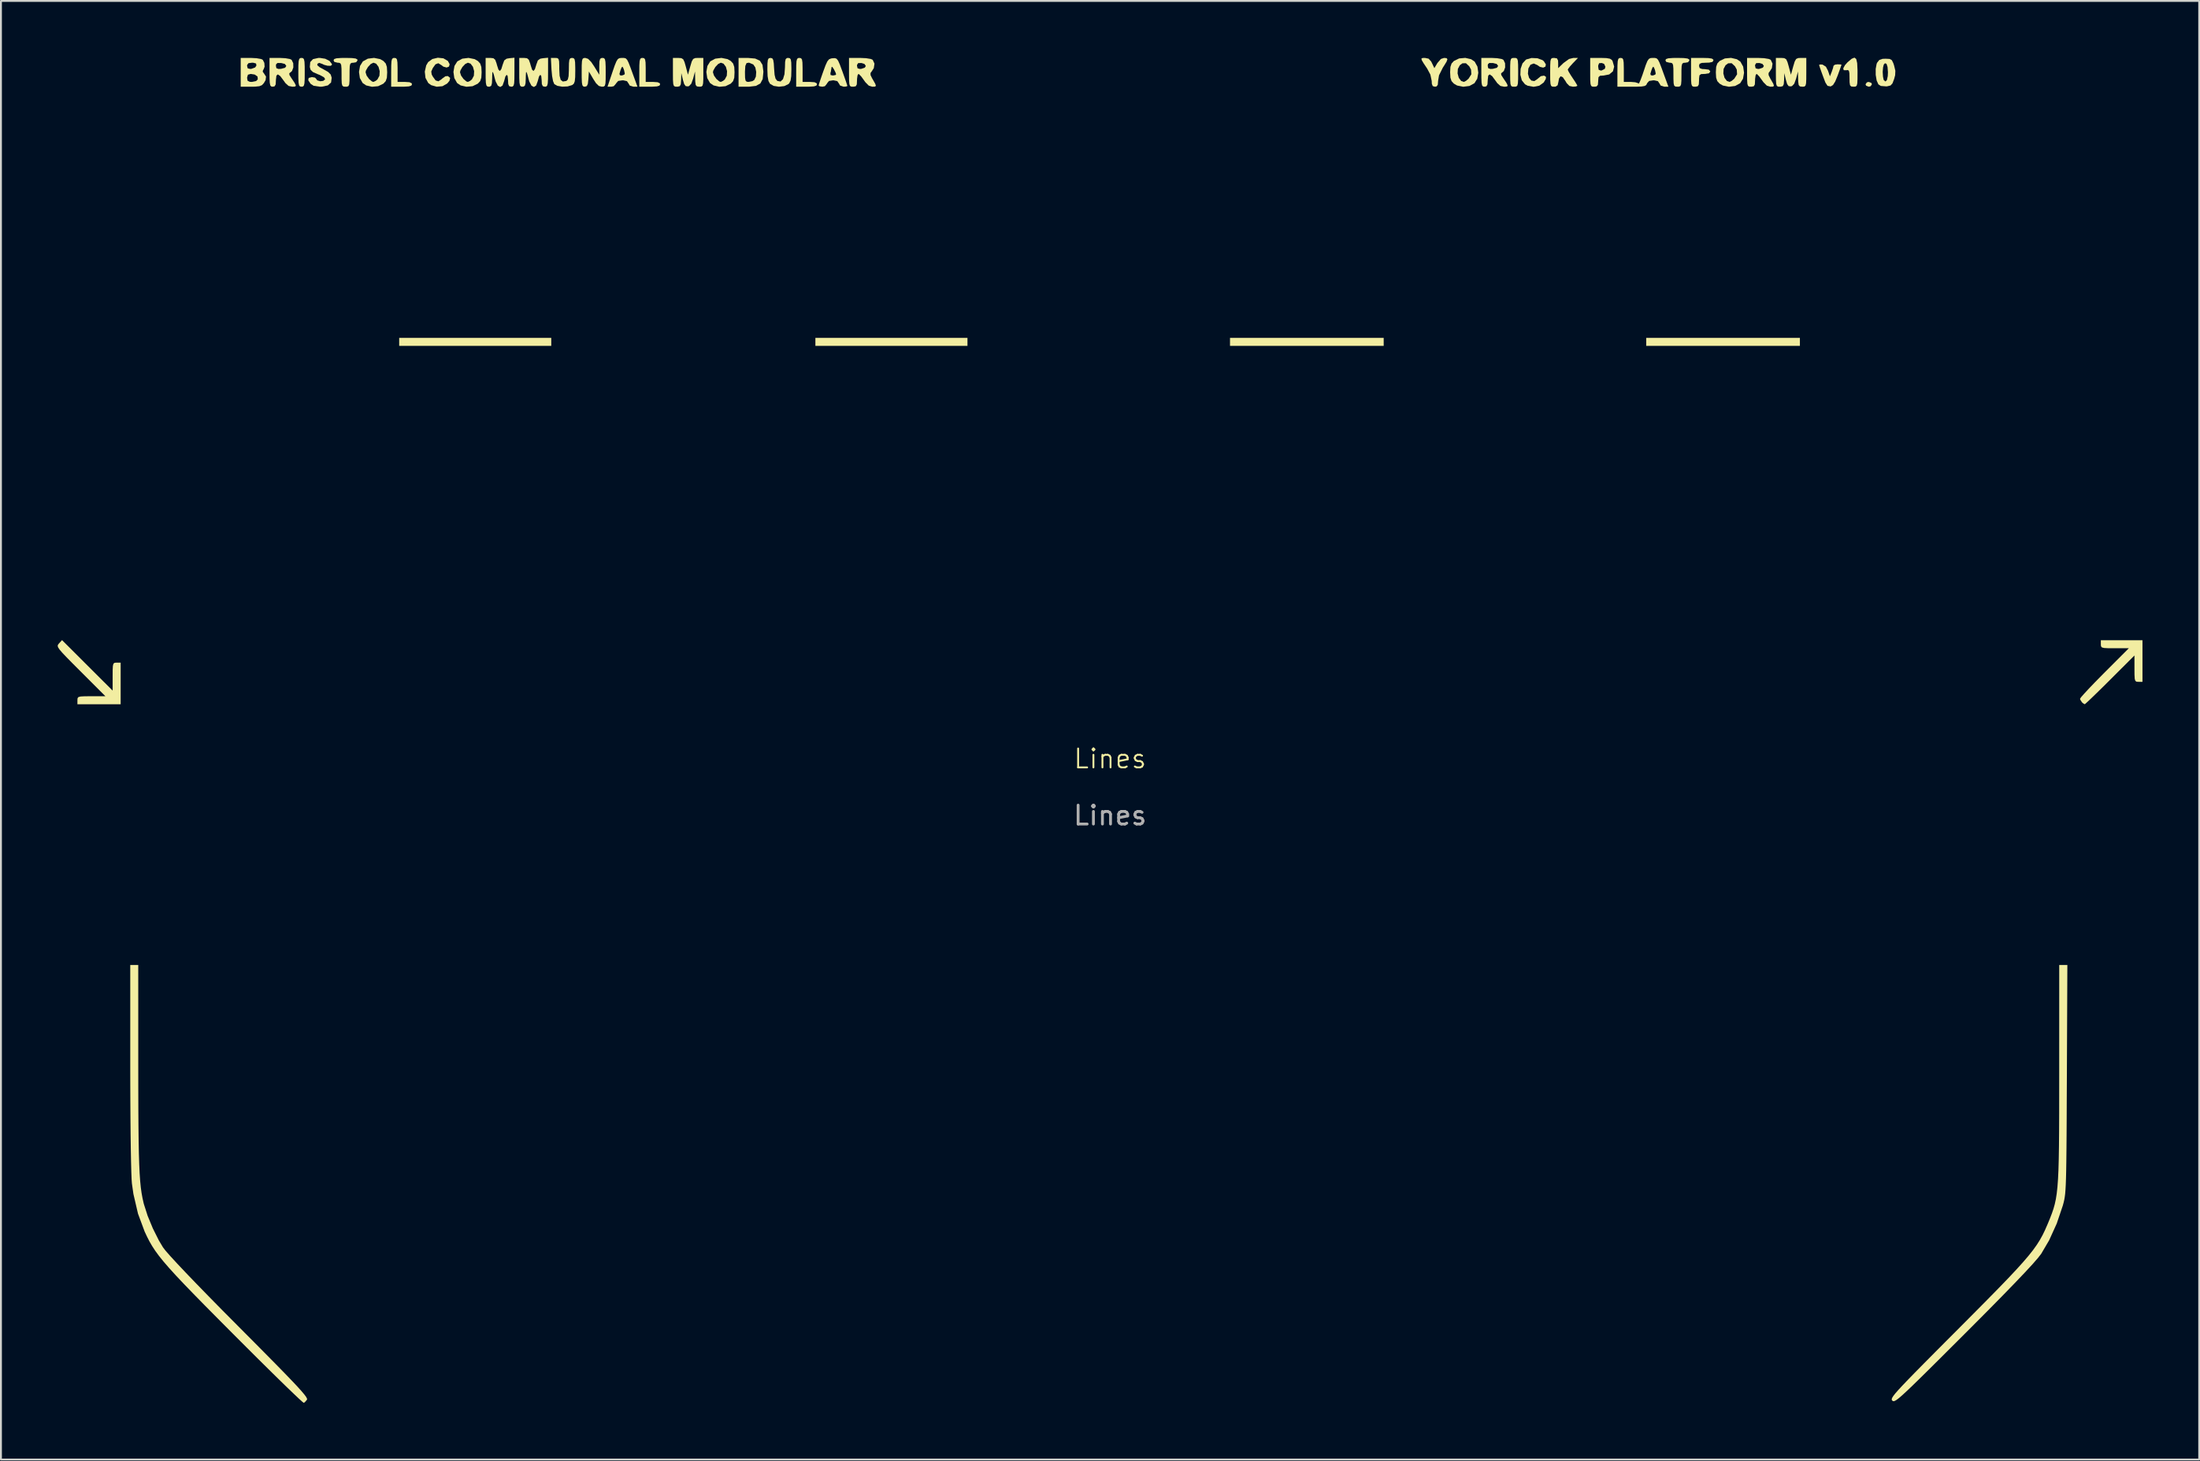
<source format=kicad_pcb>
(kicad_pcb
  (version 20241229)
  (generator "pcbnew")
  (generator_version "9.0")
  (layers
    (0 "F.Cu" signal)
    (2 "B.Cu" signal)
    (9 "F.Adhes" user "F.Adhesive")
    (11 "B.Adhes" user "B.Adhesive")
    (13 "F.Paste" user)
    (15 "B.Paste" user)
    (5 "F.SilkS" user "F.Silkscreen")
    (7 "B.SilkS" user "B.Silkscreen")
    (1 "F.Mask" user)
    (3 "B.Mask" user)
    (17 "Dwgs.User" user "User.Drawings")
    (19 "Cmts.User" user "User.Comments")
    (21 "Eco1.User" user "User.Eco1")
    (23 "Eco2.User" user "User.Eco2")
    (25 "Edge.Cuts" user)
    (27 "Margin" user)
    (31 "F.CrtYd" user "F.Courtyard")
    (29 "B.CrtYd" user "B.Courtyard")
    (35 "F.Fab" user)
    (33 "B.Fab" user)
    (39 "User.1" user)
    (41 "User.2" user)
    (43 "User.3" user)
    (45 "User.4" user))
  (footprint "Lines"
    (layer "F.Cu")
    (at 55.662 37.606)
    (property "Reference" "Lines" (at 0 -0.5 0) (unlocked yes) (layer "F.SilkS") (effects (font (size 1 1) (thickness 0.1))))
    (attr smd)
    (fp_poly (pts (xy -29.556 -22.562) (xy -29.556 -22.351) (xy -33.578 -22.351) (xy -37.599 -22.351) (xy -37.599 -22.562) (xy -37.599 -22.774) (xy -33.578 -22.774) (xy -29.556 -22.774)) (stroke (width 0) (type solid)) (fill yes) (layer "F.SilkS"))
    (fp_poly (pts (xy -7.543 -22.562) (xy -7.543 -22.351) (xy -11.564 -22.351) (xy -15.586 -22.351) (xy -15.586 -22.562) (xy -15.586 -22.774) (xy -11.564 -22.774) (xy -7.543 -22.774)) (stroke (width 0) (type solid)) (fill yes) (layer "F.SilkS"))
    (fp_poly (pts (xy 14.471 -22.562) (xy 14.471 -22.351) (xy 10.407 -22.351) (xy 6.343 -22.351) (xy 6.343 -22.562) (xy 6.343 -22.774) (xy 10.407 -22.774) (xy 14.471 -22.774)) (stroke (width 0) (type solid)) (fill yes) (layer "F.SilkS"))
    (fp_poly (pts (xy 36.484 -22.562) (xy 36.484 -22.351) (xy 32.42 -22.351) (xy 28.356 -22.351) (xy 28.356 -22.562) (xy 28.356 -22.774) (xy 32.42 -22.774) (xy 36.484 -22.774)) (stroke (width 0) (type solid)) (fill yes) (layer "F.SilkS"))
    (fp_poly (pts (xy 40.263 -36.268) (xy 40.294 -36.194) (xy 40.223 -36.09) (xy 40.125 -36.067) (xy 39.987 -36.12) (xy 39.955 -36.194) (xy 40.026 -36.297) (xy 40.125 -36.321)) (stroke (width 0) (type solid)) (fill yes) (layer "F.SilkS"))
    (fp_poly (pts (xy -42.684 -37.578) (xy -42.634 -37.518) (xy -42.607 -37.379) (xy -42.596 -37.129) (xy -42.595 -36.829) (xy -42.597 -36.467) (xy -42.611 -36.242) (xy -42.642 -36.122) (xy -42.697 -36.074) (xy -42.764 -36.067) (xy -42.844 -36.079) (xy -42.894 -36.139) (xy -42.921 -36.278) (xy -42.932 -36.528) (xy -42.933 -36.829) (xy -42.931 -37.191) (xy -42.917 -37.416) (xy -42.886 -37.536) (xy -42.831 -37.583) (xy -42.764 -37.591)) (stroke (width 0) (type solid)) (fill yes) (layer "F.SilkS"))
    (fp_poly (pts (xy -37.767 -37.576) (xy -37.716 -37.507) (xy -37.692 -37.35) (xy -37.684 -37.07) (xy -37.684 -36.956) (xy -37.684 -36.321) (xy -37.303 -36.321) (xy -37.052 -36.304) (xy -36.937 -36.248) (xy -36.922 -36.194) (xy -36.959 -36.122) (xy -37.09 -36.083) (xy -37.347 -36.068) (xy -37.472 -36.067) (xy -38.023 -36.067) (xy -38.023 -36.829) (xy -38.02 -37.191) (xy -38.007 -37.416) (xy -37.976 -37.536) (xy -37.92 -37.583) (xy -37.853 -37.591)) (stroke (width 0) (type solid)) (fill yes) (layer "F.SilkS"))
    (fp_poly (pts (xy -24.643 -37.576) (xy -24.593 -37.507) (xy -24.568 -37.35) (xy -24.561 -37.07) (xy -24.561 -36.956) (xy -24.561 -36.321) (xy -24.18 -36.321) (xy -23.929 -36.304) (xy -23.814 -36.248) (xy -23.799 -36.194) (xy -23.835 -36.122) (xy -23.967 -36.083) (xy -24.224 -36.068) (xy -24.349 -36.067) (xy -24.899 -36.067) (xy -24.899 -36.829) (xy -24.897 -37.191) (xy -24.883 -37.416) (xy -24.852 -37.536) (xy -24.797 -37.583) (xy -24.73 -37.591)) (stroke (width 0) (type solid)) (fill yes) (layer "F.SilkS"))
    (fp_poly (pts (xy -16.346 -37.576) (xy -16.295 -37.507) (xy -16.271 -37.35) (xy -16.264 -37.07) (xy -16.263 -36.956) (xy -16.263 -36.321) (xy -15.882 -36.321) (xy -15.631 -36.304) (xy -15.517 -36.248) (xy -15.501 -36.194) (xy -15.538 -36.122) (xy -15.669 -36.083) (xy -15.927 -36.068) (xy -16.052 -36.067) (xy -16.602 -36.067) (xy -16.602 -36.829) (xy -16.599 -37.191) (xy -16.586 -37.416) (xy -16.555 -37.536) (xy -16.499 -37.583) (xy -16.433 -37.591)) (stroke (width 0) (type solid)) (fill yes) (layer "F.SilkS"))
    (fp_poly (pts (xy 21.471 -37.585) (xy 21.533 -37.545) (xy 21.567 -37.438) (xy 21.58 -37.233) (xy 21.583 -36.896) (xy 21.583 -36.829) (xy 21.581 -36.468) (xy 21.57 -36.244) (xy 21.54 -36.124) (xy 21.483 -36.076) (xy 21.39 -36.067) (xy 21.371 -36.067) (xy 21.271 -36.073) (xy 21.209 -36.113) (xy 21.175 -36.219) (xy 21.162 -36.424) (xy 21.159 -36.761) (xy 21.159 -36.829) (xy 21.161 -37.189) (xy 21.172 -37.413) (xy 21.202 -37.533) (xy 21.259 -37.581) (xy 21.352 -37.591) (xy 21.371 -37.591)) (stroke (width 0) (type solid)) (fill yes) (layer "F.SilkS"))
    (fp_poly (pts (xy 39.463 -37.534) (xy 39.513 -37.319) (xy 39.531 -36.95) (xy 39.532 -36.829) (xy 39.53 -36.468) (xy 39.519 -36.244) (xy 39.49 -36.124) (xy 39.433 -36.076) (xy 39.339 -36.067) (xy 39.32 -36.067) (xy 39.198 -36.079) (xy 39.135 -36.144) (xy 39.112 -36.303) (xy 39.109 -36.524) (xy 39.103 -36.787) (xy 39.075 -36.916) (xy 39.01 -36.95) (xy 38.939 -36.938) (xy 38.801 -36.942) (xy 38.777 -37.039) (xy 38.865 -37.205) (xy 39.007 -37.363) (xy 39.221 -37.545) (xy 39.369 -37.606)) (stroke (width 0) (type solid)) (fill yes) (layer "F.SilkS"))
    (fp_poly (pts (xy 17.798 -37.578) (xy 17.842 -37.519) (xy 17.794 -37.388) (xy 17.651 -37.155) (xy 17.603 -37.083) (xy 17.398 -36.672) (xy 17.35 -36.384) (xy 17.333 -36.171) (xy 17.268 -36.081) (xy 17.18 -36.067) (xy 17.064 -36.099) (xy 17.017 -36.226) (xy 17.011 -36.369) (xy 16.94 -36.707) (xy 16.771 -37.025) (xy 16.583 -37.305) (xy 16.484 -37.473) (xy 16.466 -37.557) (xy 16.525 -37.587) (xy 16.652 -37.591) (xy 16.846 -37.551) (xy 16.981 -37.403) (xy 17.023 -37.32) (xy 17.151 -37.05) (xy 17.311 -37.32) (xy 17.498 -37.536) (xy 17.664 -37.591)) (stroke (width 0) (type solid)) (fill yes) (layer "F.SilkS"))
    (fp_poly (pts (xy 38.632 -37.245) (xy 38.684 -37.231) (xy 38.657 -37.147) (xy 38.586 -36.947) (xy 38.487 -36.672) (xy 38.482 -36.659) (xy 38.352 -36.341) (xy 38.238 -36.16) (xy 38.121 -36.085) (xy 38.103 -36.082) (xy 37.945 -36.113) (xy 37.834 -36.284) (xy 37.83 -36.294) (xy 37.721 -36.581) (xy 37.618 -36.863) (xy 37.539 -37.09) (xy 37.501 -37.217) (xy 37.5 -37.226) (xy 37.571 -37.245) (xy 37.683 -37.237) (xy 37.86 -37.126) (xy 37.97 -36.913) (xy 38.073 -36.617) (xy 38.167 -36.855) (xy 38.235 -37.051) (xy 38.262 -37.173) (xy 38.334 -37.232) (xy 38.474 -37.252)) (stroke (width 0) (type solid)) (fill yes) (layer "F.SilkS"))
    (fp_poly (pts (xy -40.101 -37.584) (xy -39.904 -37.56) (xy -39.815 -37.512) (xy -39.801 -37.464) (xy -39.874 -37.362) (xy -40.012 -37.337) (xy -40.12 -37.329) (xy -40.183 -37.281) (xy -40.214 -37.158) (xy -40.223 -36.925) (xy -40.224 -36.702) (xy -40.227 -36.379) (xy -40.242 -36.189) (xy -40.283 -36.098) (xy -40.361 -36.069) (xy -40.436 -36.067) (xy -40.543 -36.075) (xy -40.606 -36.122) (xy -40.637 -36.245) (xy -40.647 -36.479) (xy -40.647 -36.702) (xy -40.65 -37.025) (xy -40.666 -37.214) (xy -40.707 -37.305) (xy -40.785 -37.334) (xy -40.859 -37.337) (xy -41.029 -37.381) (xy -41.071 -37.464) (xy -41.037 -37.531) (xy -40.917 -37.57) (xy -40.679 -37.588) (xy -40.436 -37.591)) (stroke (width 0) (type solid)) (fill yes) (layer "F.SilkS"))
    (fp_poly (pts (xy -18.77 -37.557) (xy -18.521 -37.442) (xy -18.384 -37.224) (xy -18.338 -36.882) (xy -18.338 -36.829) (xy -18.374 -36.47) (xy -18.498 -36.237) (xy -18.732 -36.11) (xy -19.098 -36.067) (xy -19.155 -36.067) (xy -19.65 -36.067) (xy -19.65 -36.829) (xy -19.311 -36.829) (xy -19.306 -36.547) (xy -19.281 -36.394) (xy -19.22 -36.332) (xy -19.117 -36.321) (xy -18.918 -36.362) (xy -18.82 -36.422) (xy -18.734 -36.602) (xy -18.716 -36.846) (xy -18.762 -37.083) (xy -18.867 -37.239) (xy -18.882 -37.249) (xy -19.096 -37.339) (xy -19.226 -37.318) (xy -19.292 -37.167) (xy -19.311 -36.868) (xy -19.311 -36.829) (xy -19.65 -36.829) (xy -19.65 -37.591) (xy -19.155 -37.591)) (stroke (width 0) (type solid)) (fill yes) (layer "F.SilkS"))
    (fp_poly (pts (xy 30.342 -37.584) (xy 30.539 -37.56) (xy 30.627 -37.512) (xy 30.642 -37.464) (xy 30.568 -37.362) (xy 30.43 -37.337) (xy 30.323 -37.329) (xy 30.26 -37.281) (xy 30.229 -37.158) (xy 30.219 -36.925) (xy 30.219 -36.702) (xy 30.216 -36.379) (xy 30.2 -36.189) (xy 30.159 -36.098) (xy 30.081 -36.069) (xy 30.007 -36.067) (xy 29.899 -36.075) (xy 29.836 -36.122) (xy 29.806 -36.245) (xy 29.796 -36.479) (xy 29.795 -36.702) (xy 29.793 -37.025) (xy 29.777 -37.214) (xy 29.736 -37.305) (xy 29.658 -37.334) (xy 29.584 -37.337) (xy 29.413 -37.381) (xy 29.372 -37.464) (xy 29.405 -37.531) (xy 29.525 -37.57) (xy 29.763 -37.588) (xy 30.007 -37.591)) (stroke (width 0) (type solid)) (fill yes) (layer "F.SilkS"))
    (fp_poly (pts (xy -54.093 -5.443) (xy -52.755 -4.107) (xy -52.755 -4.847) (xy -52.753 -5.201) (xy -52.741 -5.419) (xy -52.71 -5.534) (xy -52.65 -5.579) (xy -52.552 -5.587) (xy -52.543 -5.587) (xy -52.331 -5.587) (xy -52.331 -4.486) (xy -52.331 -3.385) (xy -53.474 -3.385) (xy -54.617 -3.385) (xy -54.617 -3.597) (xy -54.611 -3.698) (xy -54.57 -3.761) (xy -54.461 -3.794) (xy -54.251 -3.806) (xy -53.908 -3.809) (xy -53.878 -3.809) (xy -53.138 -3.809) (xy -54.444 -5.117) (xy -54.871 -5.545) (xy -55.191 -5.87) (xy -55.417 -6.109) (xy -55.562 -6.278) (xy -55.639 -6.395) (xy -55.662 -6.476) (xy -55.643 -6.539) (xy -55.595 -6.599) (xy -55.591 -6.603) (xy -55.431 -6.779)) (stroke (width 0) (type solid)) (fill yes) (layer "F.SilkS"))
    (fp_poly (pts (xy -35.26 -37.569) (xy -35.028 -37.433) (xy -35.022 -37.427) (xy -34.93 -37.256) (xy -34.965 -37.133) (xy -35.089 -37.082) (xy -35.261 -37.128) (xy -35.372 -37.213) (xy -35.531 -37.31) (xy -35.679 -37.252) (xy -35.821 -37.055) (xy -35.902 -36.872) (xy -35.881 -36.719) (xy -35.821 -36.603) (xy -35.671 -36.398) (xy -35.524 -36.354) (xy -35.355 -36.466) (xy -35.326 -36.496) (xy -35.153 -36.62) (xy -35.022 -36.631) (xy -34.903 -36.532) (xy -34.939 -36.38) (xy -35.059 -36.236) (xy -35.309 -36.094) (xy -35.615 -36.066) (xy -35.908 -36.149) (xy -36.061 -36.263) (xy -36.208 -36.532) (xy -36.245 -36.865) (xy -36.17 -37.195) (xy -36.069 -37.368) (xy -35.846 -37.532) (xy -35.555 -37.601)) (stroke (width 0) (type solid)) (fill yes) (layer "F.SilkS"))
    (fp_poly (pts (xy 19.095 -37.522) (xy 19.282 -37.395) (xy 19.429 -37.131) (xy 19.475 -36.807) (xy 19.42 -36.49) (xy 19.27 -36.251) (xy 19.006 -36.106) (xy 18.677 -36.065) (xy 18.355 -36.13) (xy 18.184 -36.229) (xy 18.059 -36.364) (xy 18 -36.545) (xy 17.988 -36.768) (xy 18.38 -36.768) (xy 18.443 -36.537) (xy 18.569 -36.371) (xy 18.71 -36.321) (xy 18.822 -36.375) (xy 18.958 -36.49) (xy 19.107 -36.724) (xy 19.091 -36.974) (xy 18.996 -37.148) (xy 18.82 -37.311) (xy 18.635 -37.305) (xy 18.498 -37.204) (xy 18.394 -37.009) (xy 18.38 -36.768) (xy 17.988 -36.768) (xy 17.984 -36.829) (xy 18 -37.115) (xy 18.061 -37.295) (xy 18.184 -37.429) (xy 18.461 -37.563) (xy 18.787 -37.593)) (stroke (width 0) (type solid)) (fill yes) (layer "F.SilkS"))
    (fp_poly (pts (xy 33.149 -37.522) (xy 33.337 -37.395) (xy 33.484 -37.131) (xy 33.53 -36.807) (xy 33.475 -36.49) (xy 33.325 -36.251) (xy 33.06 -36.106) (xy 32.732 -36.065) (xy 32.41 -36.13) (xy 32.239 -36.229) (xy 32.114 -36.364) (xy 32.054 -36.545) (xy 32.042 -36.768) (xy 32.435 -36.768) (xy 32.498 -36.537) (xy 32.624 -36.371) (xy 32.765 -36.321) (xy 32.877 -36.375) (xy 33.013 -36.49) (xy 33.162 -36.724) (xy 33.145 -36.974) (xy 33.05 -37.148) (xy 32.875 -37.311) (xy 32.69 -37.305) (xy 32.553 -37.204) (xy 32.449 -37.009) (xy 32.435 -36.768) (xy 32.042 -36.768) (xy 32.039 -36.829) (xy 32.055 -37.115) (xy 32.115 -37.295) (xy 32.239 -37.429) (xy 32.516 -37.563) (xy 32.842 -37.593)) (stroke (width 0) (type solid)) (fill yes) (layer "F.SilkS"))
    (fp_poly (pts (xy 22.6 -37.573) (xy 22.867 -37.476) (xy 22.94 -37.418) (xy 23.048 -37.25) (xy 23.025 -37.129) (xy 22.907 -37.077) (xy 22.732 -37.118) (xy 22.596 -37.212) (xy 22.407 -37.296) (xy 22.235 -37.23) (xy 22.123 -37.032) (xy 22.123 -37.031) (xy 22.1 -36.754) (xy 22.161 -36.532) (xy 22.282 -36.392) (xy 22.438 -36.364) (xy 22.603 -36.474) (xy 22.611 -36.485) (xy 22.784 -36.625) (xy 22.956 -36.654) (xy 23.058 -36.585) (xy 23.043 -36.474) (xy 22.943 -36.305) (xy 22.93 -36.288) (xy 22.7 -36.12) (xy 22.398 -36.062) (xy 22.087 -36.119) (xy 21.944 -36.196) (xy 21.776 -36.406) (xy 21.7 -36.698) (xy 21.713 -37.015) (xy 21.812 -37.301) (xy 21.993 -37.498) (xy 22.012 -37.509) (xy 22.29 -37.587)) (stroke (width 0) (type solid)) (fill yes) (layer "F.SilkS"))
    (fp_poly (pts (xy -38.605 -37.527) (xy -38.434 -37.429) (xy -38.309 -37.293) (xy -38.25 -37.112) (xy -38.234 -36.829) (xy -38.25 -36.542) (xy -38.311 -36.362) (xy -38.434 -36.229) (xy -38.711 -36.094) (xy -39.037 -36.064) (xy -39.345 -36.135) (xy -39.532 -36.263) (xy -39.679 -36.526) (xy -39.722 -36.829) (xy -39.377 -36.829) (xy -39.322 -36.656) (xy -39.19 -36.473) (xy -39.037 -36.345) (xy -38.96 -36.321) (xy -38.843 -36.375) (xy -38.748 -36.454) (xy -38.644 -36.648) (xy -38.63 -36.889) (xy -38.693 -37.12) (xy -38.819 -37.287) (xy -38.96 -37.337) (xy -39.102 -37.269) (xy -39.252 -37.109) (xy -39.358 -36.923) (xy -39.377 -36.829) (xy -39.722 -36.829) (xy -39.725 -36.85) (xy -39.67 -37.167) (xy -39.52 -37.407) (xy -39.256 -37.551) (xy -38.927 -37.592)) (stroke (width 0) (type solid)) (fill yes) (layer "F.SilkS"))
    (fp_poly (pts (xy -33.61 -37.527) (xy -33.439 -37.429) (xy -33.314 -37.293) (xy -33.254 -37.112) (xy -33.239 -36.829) (xy -33.255 -36.542) (xy -33.315 -36.362) (xy -33.439 -36.229) (xy -33.716 -36.094) (xy -34.042 -36.064) (xy -34.349 -36.135) (xy -34.537 -36.263) (xy -34.684 -36.526) (xy -34.727 -36.829) (xy -34.382 -36.829) (xy -34.326 -36.656) (xy -34.195 -36.473) (xy -34.042 -36.345) (xy -33.965 -36.321) (xy -33.848 -36.375) (xy -33.753 -36.454) (xy -33.649 -36.648) (xy -33.635 -36.889) (xy -33.698 -37.12) (xy -33.824 -37.287) (xy -33.965 -37.337) (xy -34.106 -37.269) (xy -34.257 -37.109) (xy -34.362 -36.923) (xy -34.382 -36.829) (xy -34.727 -36.829) (xy -34.73 -36.85) (xy -34.675 -37.167) (xy -34.525 -37.407) (xy -34.26 -37.551) (xy -33.932 -37.592)) (stroke (width 0) (type solid)) (fill yes) (layer "F.SilkS"))
    (fp_poly (pts (xy -20.232 -37.527) (xy -20.062 -37.429) (xy -19.937 -37.293) (xy -19.877 -37.112) (xy -19.862 -36.829) (xy -19.877 -36.542) (xy -19.938 -36.362) (xy -20.062 -36.229) (xy -20.339 -36.094) (xy -20.664 -36.064) (xy -20.972 -36.135) (xy -21.159 -36.263) (xy -21.307 -36.526) (xy -21.35 -36.829) (xy -21.005 -36.829) (xy -20.949 -36.656) (xy -20.818 -36.473) (xy -20.665 -36.345) (xy -20.587 -36.321) (xy -20.47 -36.375) (xy -20.376 -36.454) (xy -20.272 -36.648) (xy -20.258 -36.889) (xy -20.32 -37.12) (xy -20.446 -37.287) (xy -20.587 -37.337) (xy -20.729 -37.269) (xy -20.879 -37.109) (xy -20.985 -36.923) (xy -21.005 -36.829) (xy -21.35 -36.829) (xy -21.353 -36.85) (xy -21.297 -37.167) (xy -21.147 -37.407) (xy -20.883 -37.551) (xy -20.554 -37.592)) (stroke (width 0) (type solid)) (fill yes) (layer "F.SilkS"))
    (fp_poly (pts (xy 26.251 -37.582) (xy 26.437 -37.549) (xy 26.54 -37.48) (xy 26.575 -37.427) (xy 26.661 -37.13) (xy 26.597 -36.884) (xy 26.401 -36.717) (xy 26.106 -36.659) (xy 25.912 -36.646) (xy 25.832 -36.571) (xy 25.816 -36.382) (xy 25.816 -36.363) (xy 25.8 -36.163) (xy 25.729 -36.081) (xy 25.604 -36.067) (xy 25.504 -36.073) (xy 25.442 -36.113) (xy 25.409 -36.219) (xy 25.395 -36.424) (xy 25.393 -36.761) (xy 25.393 -36.829) (xy 25.393 -37.125) (xy 25.816 -37.125) (xy 25.842 -36.963) (xy 25.949 -36.923) (xy 26.006 -36.929) (xy 26.166 -37.013) (xy 26.197 -37.125) (xy 26.128 -37.276) (xy 26.006 -37.321) (xy 25.865 -37.311) (xy 25.818 -37.193) (xy 25.816 -37.125) (xy 25.393 -37.125) (xy 25.393 -37.591) (xy 25.94 -37.591)) (stroke (width 0) (type solid)) (fill yes) (layer "F.SilkS"))
    (fp_poly (pts (xy 31.641 -37.583) (xy 31.826 -37.556) (xy 31.903 -37.503) (xy 31.912 -37.464) (xy 31.862 -37.38) (xy 31.693 -37.342) (xy 31.531 -37.337) (xy 31.293 -37.326) (xy 31.18 -37.28) (xy 31.15 -37.179) (xy 31.15 -37.167) (xy 31.183 -37.051) (xy 31.313 -37.004) (xy 31.446 -36.998) (xy 31.666 -36.97) (xy 31.742 -36.883) (xy 31.743 -36.871) (xy 31.678 -36.777) (xy 31.473 -36.744) (xy 31.446 -36.744) (xy 31.257 -36.734) (xy 31.172 -36.67) (xy 31.151 -36.505) (xy 31.15 -36.405) (xy 31.138 -36.187) (xy 31.084 -36.09) (xy 30.957 -36.067) (xy 30.938 -36.067) (xy 30.838 -36.073) (xy 30.776 -36.113) (xy 30.743 -36.219) (xy 30.729 -36.424) (xy 30.727 -36.761) (xy 30.727 -36.829) (xy 30.727 -37.591) (xy 31.319 -37.591)) (stroke (width 0) (type solid)) (fill yes) (layer "F.SilkS"))
    (fp_poly (pts (xy -16.938 -37.575) (xy -16.887 -37.506) (xy -16.863 -37.347) (xy -16.856 -37.063) (xy -16.856 -36.969) (xy -16.865 -36.619) (xy -16.899 -36.395) (xy -16.965 -36.256) (xy -17.011 -36.207) (xy -17.23 -36.099) (xy -17.516 -36.067) (xy -17.794 -36.11) (xy -17.986 -36.221) (xy -18.069 -36.373) (xy -18.113 -36.622) (xy -18.126 -36.983) (xy -18.121 -37.3) (xy -18.101 -37.483) (xy -18.056 -37.568) (xy -17.976 -37.59) (xy -17.961 -37.591) (xy -17.87 -37.571) (xy -17.817 -37.487) (xy -17.787 -37.302) (xy -17.77 -37.028) (xy -17.744 -36.696) (xy -17.694 -36.495) (xy -17.611 -36.385) (xy -17.592 -36.372) (xy -17.427 -36.342) (xy -17.301 -36.465) (xy -17.221 -36.728) (xy -17.195 -37.099) (xy -17.188 -37.377) (xy -17.159 -37.525) (xy -17.095 -37.583) (xy -17.025 -37.591)) (stroke (width 0) (type solid)) (fill yes) (layer "F.SilkS"))
    (fp_poly (pts (xy 54.603 -5.671) (xy 54.603 -4.571) (xy 54.391 -4.571) (xy 54.287 -4.578) (xy 54.225 -4.621) (xy 54.193 -4.735) (xy 54.181 -4.954) (xy 54.179 -5.268) (xy 54.179 -5.966) (xy 52.887 -4.675) (xy 52.506 -4.296) (xy 52.164 -3.961) (xy 51.882 -3.688) (xy 51.675 -3.493) (xy 51.564 -3.394) (xy 51.549 -3.385) (xy 51.458 -3.437) (xy 51.402 -3.487) (xy 51.313 -3.623) (xy 51.301 -3.676) (xy 51.358 -3.76) (xy 51.519 -3.943) (xy 51.765 -4.209) (xy 52.079 -4.537) (xy 52.444 -4.909) (xy 52.591 -5.057) (xy 53.881 -6.349) (xy 53.141 -6.349) (xy 52.787 -6.35) (xy 52.569 -6.362) (xy 52.454 -6.393) (xy 52.409 -6.453) (xy 52.401 -6.552) (xy 52.401 -6.56) (xy 52.401 -6.772) (xy 53.502 -6.772) (xy 54.603 -6.772)) (stroke (width 0) (type solid)) (fill yes) (layer "F.SilkS"))
    (fp_poly (pts (xy -29.238 -37.583) (xy -29.171 -37.534) (xy -29.141 -37.408) (xy -29.133 -37.167) (xy -29.133 -37.007) (xy -29.115 -36.643) (xy -29.056 -36.428) (xy -28.943 -36.342) (xy -28.767 -36.369) (xy -28.752 -36.375) (xy -28.68 -36.449) (xy -28.639 -36.624) (xy -28.625 -36.931) (xy -28.625 -37.007) (xy -28.62 -37.316) (xy -28.599 -37.491) (xy -28.551 -37.571) (xy -28.465 -37.591) (xy -28.455 -37.591) (xy -28.371 -37.576) (xy -28.32 -37.511) (xy -28.295 -37.36) (xy -28.287 -37.09) (xy -28.286 -36.916) (xy -28.291 -36.57) (xy -28.313 -36.354) (xy -28.36 -36.23) (xy -28.44 -36.16) (xy -28.45 -36.154) (xy -28.689 -36.082) (xy -28.973 -36.069) (xy -29.233 -36.113) (xy -29.396 -36.205) (xy -29.461 -36.362) (xy -29.513 -36.638) (xy -29.543 -36.967) (xy -29.575 -37.591) (xy -29.354 -37.591)) (stroke (width 0) (type solid)) (fill yes) (layer "F.SilkS"))
    (fp_poly (pts (xy 41.228 -37.537) (xy 41.346 -37.473) (xy 41.426 -37.311) (xy 41.466 -37.188) (xy 41.533 -36.912) (xy 41.522 -36.675) (xy 41.466 -36.469) (xy 41.38 -36.242) (xy 41.279 -36.132) (xy 41.108 -36.089) (xy 41.049 -36.084) (xy 40.765 -36.107) (xy 40.634 -36.192) (xy 40.543 -36.397) (xy 40.494 -36.694) (xy 40.494 -36.829) (xy 40.864 -36.829) (xy 40.879 -36.594) (xy 40.916 -36.43) (xy 40.923 -36.415) (xy 41.013 -36.343) (xy 41.086 -36.42) (xy 41.131 -36.626) (xy 41.141 -36.829) (xy 41.12 -37.111) (xy 41.065 -37.278) (xy 40.985 -37.309) (xy 40.923 -37.243) (xy 40.884 -37.099) (xy 40.864 -36.871) (xy 40.864 -36.829) (xy 40.494 -36.829) (xy 40.493 -37.012) (xy 40.543 -37.278) (xy 40.568 -37.337) (xy 40.681 -37.481) (xy 40.854 -37.541) (xy 41.016 -37.548)) (stroke (width 0) (type solid)) (fill yes) (layer "F.SilkS"))
    (fp_poly (pts (xy -25.705 -37.589) (xy -25.616 -37.566) (xy -25.544 -37.493) (xy -25.467 -37.341) (xy -25.367 -37.084) (xy -25.249 -36.76) (xy -24.996 -36.067) (xy -25.21 -36.067) (xy -25.404 -36.127) (xy -25.467 -36.236) (xy -25.552 -36.361) (xy -25.743 -36.404) (xy -25.793 -36.405) (xy -26.014 -36.372) (xy -26.12 -36.255) (xy -26.127 -36.236) (xy -26.251 -36.093) (xy -26.381 -36.067) (xy -26.581 -36.067) (xy -26.352 -36.747) (xy -25.95 -36.747) (xy -25.925 -36.673) (xy -25.826 -36.659) (xy -25.694 -36.704) (xy -25.667 -36.765) (xy -25.702 -36.929) (xy -25.738 -37.036) (xy -25.788 -37.127) (xy -25.835 -37.088) (xy -25.897 -36.93) (xy -25.95 -36.747) (xy -26.352 -36.747) (xy -26.325 -36.829) (xy -26.203 -37.183) (xy -26.112 -37.406) (xy -26.034 -37.529) (xy -25.947 -37.58) (xy -25.832 -37.591) (xy -25.828 -37.591)) (stroke (width 0) (type solid)) (fill yes) (layer "F.SilkS"))
    (fp_poly (pts (xy -26.766 -37.578) (xy -26.716 -37.518) (xy -26.69 -37.379) (xy -26.679 -37.129) (xy -26.677 -36.829) (xy -26.679 -36.468) (xy -26.69 -36.244) (xy -26.72 -36.124) (xy -26.777 -36.076) (xy -26.87 -36.067) (xy -26.885 -36.067) (xy -27.04 -36.108) (xy -27.189 -36.253) (xy -27.33 -36.469) (xy -27.566 -36.871) (xy -27.592 -36.469) (xy -27.62 -36.22) (xy -27.674 -36.1) (xy -27.775 -36.067) (xy -27.783 -36.067) (xy -27.861 -36.081) (xy -27.91 -36.143) (xy -27.936 -36.288) (xy -27.946 -36.545) (xy -27.947 -36.829) (xy -27.945 -37.19) (xy -27.933 -37.414) (xy -27.903 -37.534) (xy -27.847 -37.582) (xy -27.757 -37.591) (xy -27.755 -37.591) (xy -27.606 -37.541) (xy -27.444 -37.376) (xy -27.289 -37.146) (xy -27.016 -36.702) (xy -27.016 -37.146) (xy -27.008 -37.408) (xy -26.973 -37.541) (xy -26.897 -37.587) (xy -26.847 -37.591)) (stroke (width 0) (type solid)) (fill yes) (layer "F.SilkS"))
    (fp_poly (pts (xy 24.478 -37.311) (xy 24.316 -37.131) (xy 24.219 -36.999) (xy 24.207 -36.967) (xy 24.252 -36.865) (xy 24.366 -36.676) (xy 24.461 -36.532) (xy 24.604 -36.317) (xy 24.696 -36.161) (xy 24.715 -36.115) (xy 24.642 -36.08) (xy 24.481 -36.067) (xy 24.295 -36.107) (xy 24.149 -36.256) (xy 24.085 -36.365) (xy 23.94 -36.574) (xy 23.824 -36.618) (xy 23.744 -36.5) (xy 23.715 -36.335) (xy 23.672 -36.145) (xy 23.568 -36.073) (xy 23.482 -36.067) (xy 23.385 -36.073) (xy 23.324 -36.115) (xy 23.292 -36.225) (xy 23.278 -36.434) (xy 23.276 -36.777) (xy 23.276 -36.829) (xy 23.278 -37.189) (xy 23.289 -37.413) (xy 23.318 -37.533) (xy 23.375 -37.581) (xy 23.469 -37.591) (xy 23.488 -37.591) (xy 23.636 -37.566) (xy 23.692 -37.456) (xy 23.699 -37.32) (xy 23.699 -37.049) (xy 23.979 -37.32) (xy 24.274 -37.534) (xy 24.503 -37.591) (xy 24.749 -37.591)) (stroke (width 0) (type solid)) (fill yes) (layer "F.SilkS"))
    (fp_poly (pts (xy -41.511 -37.547) (xy -41.285 -37.433) (xy -41.164 -37.278) (xy -41.155 -37.224) (xy -41.224 -37.173) (xy -41.385 -37.176) (xy -41.573 -37.226) (xy -41.662 -37.271) (xy -41.829 -37.329) (xy -41.921 -37.283) (xy -41.93 -37.202) (xy -41.802 -37.095) (xy -41.605 -36.988) (xy -41.353 -36.845) (xy -41.221 -36.711) (xy -41.17 -36.545) (xy -41.169 -36.537) (xy -41.202 -36.29) (xy -41.371 -36.136) (xy -41.68 -36.07) (xy -41.793 -36.067) (xy -42.123 -36.116) (xy -42.285 -36.221) (xy -42.41 -36.411) (xy -42.386 -36.532) (xy -42.215 -36.575) (xy -42.214 -36.575) (xy -42.055 -36.549) (xy -42.002 -36.499) (xy -41.931 -36.403) (xy -41.771 -36.356) (xy -41.617 -36.376) (xy -41.514 -36.46) (xy -41.574 -36.564) (xy -41.793 -36.685) (xy -41.921 -36.736) (xy -42.163 -36.844) (xy -42.284 -36.961) (xy -42.326 -37.111) (xy -42.304 -37.37) (xy -42.158 -37.526) (xy -41.877 -37.589) (xy -41.793 -37.591)) (stroke (width 0) (type solid)) (fill yes) (layer "F.SilkS"))
    (fp_poly (pts (xy -22.676 -37.579) (xy -22.577 -37.519) (xy -22.506 -37.367) (xy -22.443 -37.146) (xy -22.326 -36.702) (xy -22.203 -37.146) (xy -22.126 -37.402) (xy -22.051 -37.535) (xy -21.941 -37.584) (xy -21.797 -37.591) (xy -21.513 -37.591) (xy -21.513 -36.829) (xy -21.514 -36.468) (xy -21.525 -36.244) (xy -21.555 -36.124) (xy -21.612 -36.076) (xy -21.706 -36.067) (xy -21.724 -36.067) (xy -21.853 -36.082) (xy -21.917 -36.158) (xy -21.94 -36.338) (xy -21.944 -36.469) (xy -21.953 -36.871) (xy -22.054 -36.49) (xy -22.149 -36.228) (xy -22.265 -36.103) (xy -22.329 -36.084) (xy -22.447 -36.098) (xy -22.527 -36.21) (xy -22.59 -36.422) (xy -22.678 -36.786) (xy -22.688 -36.426) (xy -22.705 -36.199) (xy -22.758 -36.095) (xy -22.875 -36.067) (xy -22.91 -36.067) (xy -23.01 -36.073) (xy -23.072 -36.113) (xy -23.105 -36.219) (xy -23.119 -36.424) (xy -23.121 -36.761) (xy -23.121 -36.829) (xy -23.121 -37.591) (xy -22.841 -37.591)) (stroke (width 0) (type solid)) (fill yes) (layer "F.SilkS"))
    (fp_poly (pts (xy 35.659 -37.579) (xy 35.759 -37.519) (xy 35.829 -37.367) (xy 35.892 -37.146) (xy 36.01 -36.702) (xy 36.132 -37.146) (xy 36.21 -37.402) (xy 36.285 -37.535) (xy 36.394 -37.584) (xy 36.539 -37.591) (xy 36.823 -37.591) (xy 36.823 -36.829) (xy 36.821 -36.468) (xy 36.81 -36.244) (xy 36.78 -36.124) (xy 36.723 -36.076) (xy 36.63 -36.067) (xy 36.611 -36.067) (xy 36.483 -36.082) (xy 36.419 -36.158) (xy 36.395 -36.338) (xy 36.391 -36.469) (xy 36.383 -36.871) (xy 36.281 -36.49) (xy 36.187 -36.228) (xy 36.07 -36.103) (xy 36.006 -36.084) (xy 35.888 -36.098) (xy 35.808 -36.21) (xy 35.745 -36.422) (xy 35.658 -36.786) (xy 35.648 -36.426) (xy 35.63 -36.199) (xy 35.578 -36.095) (xy 35.46 -36.067) (xy 35.426 -36.067) (xy 35.325 -36.073) (xy 35.263 -36.113) (xy 35.23 -36.219) (xy 35.217 -36.424) (xy 35.214 -36.761) (xy 35.214 -36.829) (xy 35.214 -37.591) (xy 35.494 -37.591)) (stroke (width 0) (type solid)) (fill yes) (layer "F.SilkS"))
    (fp_poly (pts (xy -43.617 -37.575) (xy -43.385 -37.534) (xy -43.289 -37.489) (xy -43.203 -37.312) (xy -43.197 -37.088) (xy -43.267 -36.899) (xy -43.328 -36.843) (xy -43.412 -36.777) (xy -43.402 -36.685) (xy -43.299 -36.522) (xy -43.135 -36.278) (xy -43.065 -36.142) (xy -43.088 -36.082) (xy -43.199 -36.067) (xy -43.253 -36.067) (xy -43.447 -36.107) (xy -43.612 -36.253) (xy -43.702 -36.379) (xy -43.888 -36.628) (xy -44.017 -36.719) (xy -44.092 -36.654) (xy -44.119 -36.43) (xy -44.119 -36.412) (xy -44.132 -36.188) (xy -44.187 -36.088) (xy -44.288 -36.067) (xy -44.368 -36.079) (xy -44.418 -36.139) (xy -44.445 -36.278) (xy -44.456 -36.528) (xy -44.457 -36.829) (xy -44.457 -37.167) (xy -44.119 -37.167) (xy -44.092 -37.045) (xy -43.98 -37.007) (xy -43.843 -37.014) (xy -43.633 -37.07) (xy -43.568 -37.167) (xy -43.647 -37.272) (xy -43.843 -37.321) (xy -44.034 -37.322) (xy -44.109 -37.256) (xy -44.119 -37.167) (xy -44.457 -37.167) (xy -44.457 -37.591) (xy -43.924 -37.591)) (stroke (width 0) (type solid)) (fill yes) (layer "F.SilkS"))
    (fp_poly (pts (xy 20.475 -37.575) (xy 20.708 -37.534) (xy 20.804 -37.489) (xy 20.89 -37.312) (xy 20.895 -37.088) (xy 20.826 -36.899) (xy 20.765 -36.843) (xy 20.681 -36.777) (xy 20.69 -36.685) (xy 20.794 -36.522) (xy 20.958 -36.278) (xy 21.027 -36.142) (xy 21.005 -36.082) (xy 20.894 -36.067) (xy 20.84 -36.067) (xy 20.646 -36.107) (xy 20.48 -36.253) (xy 20.39 -36.379) (xy 20.205 -36.628) (xy 20.076 -36.719) (xy 20 -36.654) (xy 19.974 -36.43) (xy 19.974 -36.412) (xy 19.96 -36.188) (xy 19.905 -36.088) (xy 19.805 -36.067) (xy 19.724 -36.079) (xy 19.674 -36.139) (xy 19.648 -36.278) (xy 19.637 -36.528) (xy 19.635 -36.829) (xy 19.635 -37.167) (xy 19.974 -37.167) (xy 20.001 -37.045) (xy 20.113 -37.007) (xy 20.249 -37.014) (xy 20.46 -37.07) (xy 20.524 -37.167) (xy 20.446 -37.272) (xy 20.249 -37.321) (xy 20.058 -37.322) (xy 19.983 -37.256) (xy 19.974 -37.167) (xy 19.635 -37.167) (xy 19.635 -37.591) (xy 20.169 -37.591)) (stroke (width 0) (type solid)) (fill yes) (layer "F.SilkS"))
    (fp_poly (pts (xy -31.503 -36.834) (xy -31.506 -36.47) (xy -31.519 -36.244) (xy -31.55 -36.123) (xy -31.605 -36.074) (xy -31.673 -36.067) (xy -31.783 -36.095) (xy -31.832 -36.208) (xy -31.842 -36.41) (xy -31.863 -36.634) (xy -31.915 -36.698) (xy -31.982 -36.608) (xy -32.048 -36.365) (xy -32.048 -36.364) (xy -32.133 -36.13) (xy -32.252 -36.05) (xy -32.382 -36.122) (xy -32.496 -36.342) (xy -32.521 -36.426) (xy -32.598 -36.717) (xy -32.645 -36.848) (xy -32.669 -36.822) (xy -32.679 -36.645) (xy -32.682 -36.511) (xy -32.694 -36.249) (xy -32.732 -36.116) (xy -32.81 -36.07) (xy -32.858 -36.067) (xy -32.938 -36.079) (xy -32.988 -36.139) (xy -33.015 -36.278) (xy -33.026 -36.528) (xy -33.027 -36.829) (xy -33.027 -37.591) (xy -32.775 -37.591) (xy -32.616 -37.574) (xy -32.521 -37.494) (xy -32.452 -37.308) (xy -32.424 -37.204) (xy -32.348 -36.968) (xy -32.274 -36.899) (xy -32.199 -36.997) (xy -32.119 -37.252) (xy -32.043 -37.458) (xy -31.918 -37.549) (xy -31.774 -37.575) (xy -31.503 -37.601)) (stroke (width 0) (type solid)) (fill yes) (layer "F.SilkS"))
    (fp_poly (pts (xy -29.725 -36.834) (xy -29.728 -36.47) (xy -29.741 -36.244) (xy -29.772 -36.123) (xy -29.827 -36.074) (xy -29.895 -36.067) (xy -30.005 -36.095) (xy -30.054 -36.208) (xy -30.064 -36.41) (xy -30.085 -36.634) (xy -30.137 -36.698) (xy -30.204 -36.608) (xy -30.27 -36.365) (xy -30.27 -36.364) (xy -30.355 -36.13) (xy -30.474 -36.05) (xy -30.604 -36.122) (xy -30.718 -36.342) (xy -30.743 -36.426) (xy -30.82 -36.717) (xy -30.867 -36.848) (xy -30.891 -36.822) (xy -30.901 -36.645) (xy -30.904 -36.511) (xy -30.916 -36.249) (xy -30.954 -36.116) (xy -31.032 -36.07) (xy -31.08 -36.067) (xy -31.16 -36.079) (xy -31.21 -36.139) (xy -31.237 -36.278) (xy -31.248 -36.528) (xy -31.249 -36.829) (xy -31.249 -37.591) (xy -30.997 -37.591) (xy -30.838 -37.574) (xy -30.743 -37.494) (xy -30.674 -37.308) (xy -30.646 -37.204) (xy -30.57 -36.968) (xy -30.496 -36.899) (xy -30.421 -36.997) (xy -30.341 -37.252) (xy -30.265 -37.458) (xy -30.14 -37.549) (xy -29.996 -37.575) (xy -29.725 -37.601)) (stroke (width 0) (type solid)) (fill yes) (layer "F.SilkS"))
    (fp_poly (pts (xy -14.462 -37.545) (xy -14.383 -37.442) (xy -14.294 -37.242) (xy -14.172 -36.914) (xy -14.156 -36.871) (xy -14.041 -36.547) (xy -13.951 -36.289) (xy -13.9 -36.132) (xy -13.893 -36.105) (xy -13.965 -36.076) (xy -14.094 -36.067) (xy -14.281 -36.13) (xy -14.341 -36.236) (xy -14.429 -36.364) (xy -14.628 -36.405) (xy -14.655 -36.405) (xy -14.867 -36.371) (xy -14.964 -36.253) (xy -14.969 -36.236) (xy -15.082 -36.094) (xy -15.215 -36.067) (xy -15.368 -36.089) (xy -15.414 -36.13) (xy -15.387 -36.234) (xy -15.315 -36.456) (xy -15.212 -36.755) (xy -15.198 -36.793) (xy -14.791 -36.793) (xy -14.785 -36.686) (xy -14.664 -36.659) (xy -14.523 -36.685) (xy -14.488 -36.723) (xy -14.529 -36.836) (xy -14.612 -36.998) (xy -14.699 -37.123) (xy -14.735 -37.096) (xy -14.736 -37.068) (xy -14.77 -36.859) (xy -14.791 -36.793) (xy -15.198 -36.793) (xy -15.171 -36.871) (xy -15.049 -37.202) (xy -14.955 -37.406) (xy -14.867 -37.515) (xy -14.762 -37.561) (xy -14.675 -37.574) (xy -14.552 -37.579)) (stroke (width 0) (type solid)) (fill yes) (layer "F.SilkS"))
    (fp_poly (pts (xy -45.141 -37.575) (xy -44.909 -37.534) (xy -44.813 -37.489) (xy -44.731 -37.327) (xy -44.717 -37.127) (xy -44.774 -36.975) (xy -44.797 -36.955) (xy -44.818 -36.863) (xy -44.754 -36.775) (xy -44.641 -36.601) (xy -44.666 -36.412) (xy -44.758 -36.255) (xy -44.856 -36.15) (xy -44.995 -36.093) (xy -45.223 -36.07) (xy -45.436 -36.067) (xy -45.981 -36.067) (xy -45.981 -36.532) (xy -45.643 -36.532) (xy -45.616 -36.382) (xy -45.501 -36.326) (xy -45.386 -36.321) (xy -45.169 -36.365) (xy -45.077 -36.456) (xy -45.092 -36.607) (xy -45.242 -36.711) (xy -45.452 -36.743) (xy -45.599 -36.703) (xy -45.642 -36.553) (xy -45.643 -36.532) (xy -45.981 -36.532) (xy -45.981 -36.829) (xy -45.981 -37.162) (xy -45.643 -37.162) (xy -45.609 -37.037) (xy -45.478 -37.008) (xy -45.411 -37.014) (xy -45.218 -37.086) (xy -45.15 -37.188) (xy -45.169 -37.295) (xy -45.305 -37.334) (xy -45.382 -37.337) (xy -45.57 -37.312) (xy -45.639 -37.218) (xy -45.643 -37.162) (xy -45.981 -37.162) (xy -45.981 -37.591) (xy -45.448 -37.591)) (stroke (width 0) (type solid)) (fill yes) (layer "F.SilkS"))
    (fp_poly (pts (xy -12.903 -37.576) (xy -12.659 -37.536) (xy -12.555 -37.489) (xy -12.461 -37.288) (xy -12.497 -37.049) (xy -12.591 -36.902) (xy -12.67 -36.792) (xy -12.669 -36.681) (xy -12.583 -36.505) (xy -12.548 -36.446) (xy -12.422 -36.225) (xy -12.384 -36.112) (xy -12.439 -36.072) (xy -12.579 -36.067) (xy -12.762 -36.123) (xy -12.945 -36.307) (xy -13.014 -36.405) (xy -13.159 -36.604) (xy -13.275 -36.726) (xy -13.311 -36.744) (xy -13.357 -36.669) (xy -13.383 -36.481) (xy -13.385 -36.405) (xy -13.396 -36.187) (xy -13.451 -36.09) (xy -13.578 -36.067) (xy -13.596 -36.067) (xy -13.697 -36.073) (xy -13.759 -36.113) (xy -13.792 -36.219) (xy -13.805 -36.424) (xy -13.808 -36.761) (xy -13.808 -36.829) (xy -13.808 -37.167) (xy -13.385 -37.167) (xy -13.353 -37.038) (xy -13.226 -37.007) (xy -13.152 -37.014) (xy -12.973 -37.075) (xy -12.919 -37.167) (xy -12.995 -37.274) (xy -13.152 -37.321) (xy -13.323 -37.316) (xy -13.382 -37.224) (xy -13.385 -37.167) (xy -13.808 -37.167) (xy -13.808 -37.591) (xy -13.232 -37.591)) (stroke (width 0) (type solid)) (fill yes) (layer "F.SilkS"))
    (fp_poly (pts (xy 34.595 -37.576) (xy 34.839 -37.536) (xy 34.943 -37.489) (xy 35.037 -37.288) (xy 35.001 -37.049) (xy 34.907 -36.902) (xy 34.828 -36.792) (xy 34.829 -36.681) (xy 34.915 -36.505) (xy 34.95 -36.446) (xy 35.076 -36.225) (xy 35.114 -36.112) (xy 35.059 -36.072) (xy 34.919 -36.067) (xy 34.736 -36.123) (xy 34.553 -36.307) (xy 34.484 -36.405) (xy 34.339 -36.604) (xy 34.223 -36.726) (xy 34.187 -36.744) (xy 34.141 -36.669) (xy 34.115 -36.481) (xy 34.113 -36.405) (xy 34.102 -36.187) (xy 34.047 -36.09) (xy 33.92 -36.067) (xy 33.902 -36.067) (xy 33.801 -36.073) (xy 33.739 -36.113) (xy 33.706 -36.219) (xy 33.693 -36.424) (xy 33.69 -36.761) (xy 33.69 -36.829) (xy 33.69 -37.167) (xy 34.113 -37.167) (xy 34.145 -37.038) (xy 34.272 -37.007) (xy 34.346 -37.014) (xy 34.525 -37.075) (xy 34.579 -37.167) (xy 34.503 -37.274) (xy 34.346 -37.321) (xy 34.175 -37.316) (xy 34.116 -37.224) (xy 34.113 -37.167) (xy 33.69 -37.167) (xy 33.69 -37.591) (xy 34.266 -37.591)) (stroke (width 0) (type solid)) (fill yes) (layer "F.SilkS"))
    (fp_poly (pts (xy 28.82 -37.589) (xy 28.908 -37.566) (xy 28.981 -37.493) (xy 29.058 -37.342) (xy 29.158 -37.085) (xy 29.276 -36.76) (xy 29.53 -36.067) (xy 29.316 -36.067) (xy 29.122 -36.127) (xy 29.058 -36.236) (xy 28.974 -36.361) (xy 28.782 -36.404) (xy 28.733 -36.405) (xy 28.512 -36.372) (xy 28.405 -36.255) (xy 28.398 -36.236) (xy 28.357 -36.155) (xy 28.272 -36.105) (xy 28.108 -36.078) (xy 27.832 -36.068) (xy 27.588 -36.067) (xy 26.832 -36.067) (xy 26.832 -36.829) (xy 26.835 -37.191) (xy 26.848 -37.416) (xy 26.879 -37.536) (xy 26.935 -37.583) (xy 27.001 -37.591) (xy 27.088 -37.576) (xy 27.139 -37.507) (xy 27.163 -37.35) (xy 27.17 -37.07) (xy 27.171 -36.956) (xy 27.171 -36.321) (xy 27.545 -36.321) (xy 27.777 -36.302) (xy 27.926 -36.255) (xy 27.949 -36.23) (xy 27.986 -36.264) (xy 28.059 -36.429) (xy 28.158 -36.695) (xy 28.175 -36.747) (xy 28.575 -36.747) (xy 28.6 -36.673) (xy 28.699 -36.659) (xy 28.831 -36.704) (xy 28.858 -36.765) (xy 28.824 -36.929) (xy 28.788 -37.036) (xy 28.738 -37.127) (xy 28.69 -37.088) (xy 28.629 -36.93) (xy 28.575 -36.747) (xy 28.175 -36.747) (xy 28.215 -36.865) (xy 28.33 -37.21) (xy 28.417 -37.424) (xy 28.495 -37.538) (xy 28.585 -37.583) (xy 28.695 -37.591)) (stroke (width 0) (type solid)) (fill yes) (layer "F.SilkS"))
    (fp_poly (pts (xy -51.399 15.771) (xy -51.398 16.979) (xy -51.395 18.031) (xy -51.389 18.941) (xy -51.38 19.723) (xy -51.367 20.391) (xy -51.349 20.957) (xy -51.327 21.436) (xy -51.299 21.84) (xy -51.265 22.185) (xy -51.224 22.483) (xy -51.176 22.748) (xy -51.121 22.994) (xy -51.101 23.073) (xy -50.903 23.691) (xy -50.628 24.356) (xy -50.311 24.99) (xy -50.091 25.359) (xy -49.956 25.534) (xy -49.705 25.821) (xy -49.345 26.212) (xy -48.883 26.702) (xy -48.325 27.283) (xy -47.677 27.949) (xy -46.945 28.694) (xy -46.135 29.51) (xy -46.074 29.572) (xy -45.304 30.346) (xy -44.647 31.01) (xy -44.094 31.571) (xy -43.638 32.038) (xy -43.27 32.421) (xy -42.982 32.727) (xy -42.767 32.966) (xy -42.616 33.145) (xy -42.522 33.273) (xy -42.476 33.359) (xy -42.471 33.411) (xy -42.475 33.42) (xy -42.587 33.551) (xy -42.645 33.588) (xy -42.717 33.535) (xy -42.898 33.371) (xy -43.177 33.107) (xy -43.544 32.754) (xy -43.988 32.321) (xy -44.498 31.819) (xy -45.065 31.258) (xy -45.677 30.648) (xy -46.325 30) (xy -46.371 29.953) (xy -47.182 29.137) (xy -47.882 28.43) (xy -48.481 27.818) (xy -48.989 27.292) (xy -49.415 26.84) (xy -49.769 26.45) (xy -50.062 26.111) (xy -50.302 25.813) (xy -50.5 25.543) (xy -50.665 25.29) (xy -50.808 25.044) (xy -50.936 24.792) (xy -51.062 24.524) (xy -51.063 24.521) (xy -51.413 23.578) (xy -51.656 22.534) (xy -51.736 21.972) (xy -51.752 21.742) (xy -51.767 21.357) (xy -51.781 20.833) (xy -51.793 20.185) (xy -51.804 19.429) (xy -51.812 18.579) (xy -51.818 17.65) (xy -51.822 16.659) (xy -51.823 15.813) (xy -51.823 10.415) (xy -51.612 10.415) (xy -51.4 10.415)) (stroke (width 0) (type solid)) (fill yes) (layer "F.SilkS"))
    (fp_poly (pts (xy 50.604 16.448) (xy 50.598 17.604) (xy 50.594 18.604) (xy 50.589 19.461) (xy 50.583 20.187) (xy 50.576 20.795) (xy 50.568 21.298) (xy 50.558 21.71) (xy 50.546 22.042) (xy 50.531 22.308) (xy 50.514 22.521) (xy 50.492 22.694) (xy 50.467 22.839) (xy 50.438 22.969) (xy 50.403 23.098) (xy 50.389 23.15) (xy 50.069 24.097) (xy 49.667 24.984) (xy 49.245 25.702) (xy 49.076 25.919) (xy 48.788 26.25) (xy 48.378 26.694) (xy 47.847 27.252) (xy 47.194 27.925) (xy 46.419 28.713) (xy 45.521 29.616) (xy 45.184 29.953) (xy 44.429 30.707) (xy 43.785 31.349) (xy 43.242 31.888) (xy 42.791 32.332) (xy 42.423 32.691) (xy 42.129 32.971) (xy 41.9 33.182) (xy 41.726 33.332) (xy 41.598 33.43) (xy 41.507 33.483) (xy 41.444 33.501) (xy 41.4 33.492) (xy 41.371 33.47) (xy 41.346 33.435) (xy 41.341 33.388) (xy 41.364 33.321) (xy 41.424 33.225) (xy 41.529 33.09) (xy 41.689 32.907) (xy 41.911 32.667) (xy 42.203 32.361) (xy 42.575 31.979) (xy 43.035 31.512) (xy 43.591 30.951) (xy 44.251 30.287) (xy 44.857 29.68) (xy 45.671 28.861) (xy 46.375 28.15) (xy 46.978 27.536) (xy 47.489 27.006) (xy 47.919 26.549) (xy 48.276 26.154) (xy 48.571 25.81) (xy 48.813 25.505) (xy 49.012 25.227) (xy 49.177 24.966) (xy 49.319 24.709) (xy 49.447 24.446) (xy 49.57 24.164) (xy 49.609 24.073) (xy 49.718 23.807) (xy 49.812 23.562) (xy 49.894 23.323) (xy 49.963 23.077) (xy 50.021 22.81) (xy 50.068 22.508) (xy 50.106 22.159) (xy 50.136 21.747) (xy 50.159 21.26) (xy 50.175 20.684) (xy 50.186 20.006) (xy 50.193 19.211) (xy 50.197 18.285) (xy 50.198 17.216) (xy 50.199 16.151) (xy 50.2 10.415) (xy 50.415 10.415) (xy 50.63 10.415)) (stroke (width 0) (type solid)) (fill yes) (layer "F.SilkS"))
    (fp_text user "${REFERENCE}" (at 0 2.5 0) (unlocked yes) (layer "F.Fab") (effects (font (size 1 1) (thickness 0.15)))))
  (gr_rect
    (start -3 -3)
    (end 113.265 74.194)
    (stroke (width 0.1) (type default))
    (fill no)
    (layer "Edge.Cuts")))
</source>
